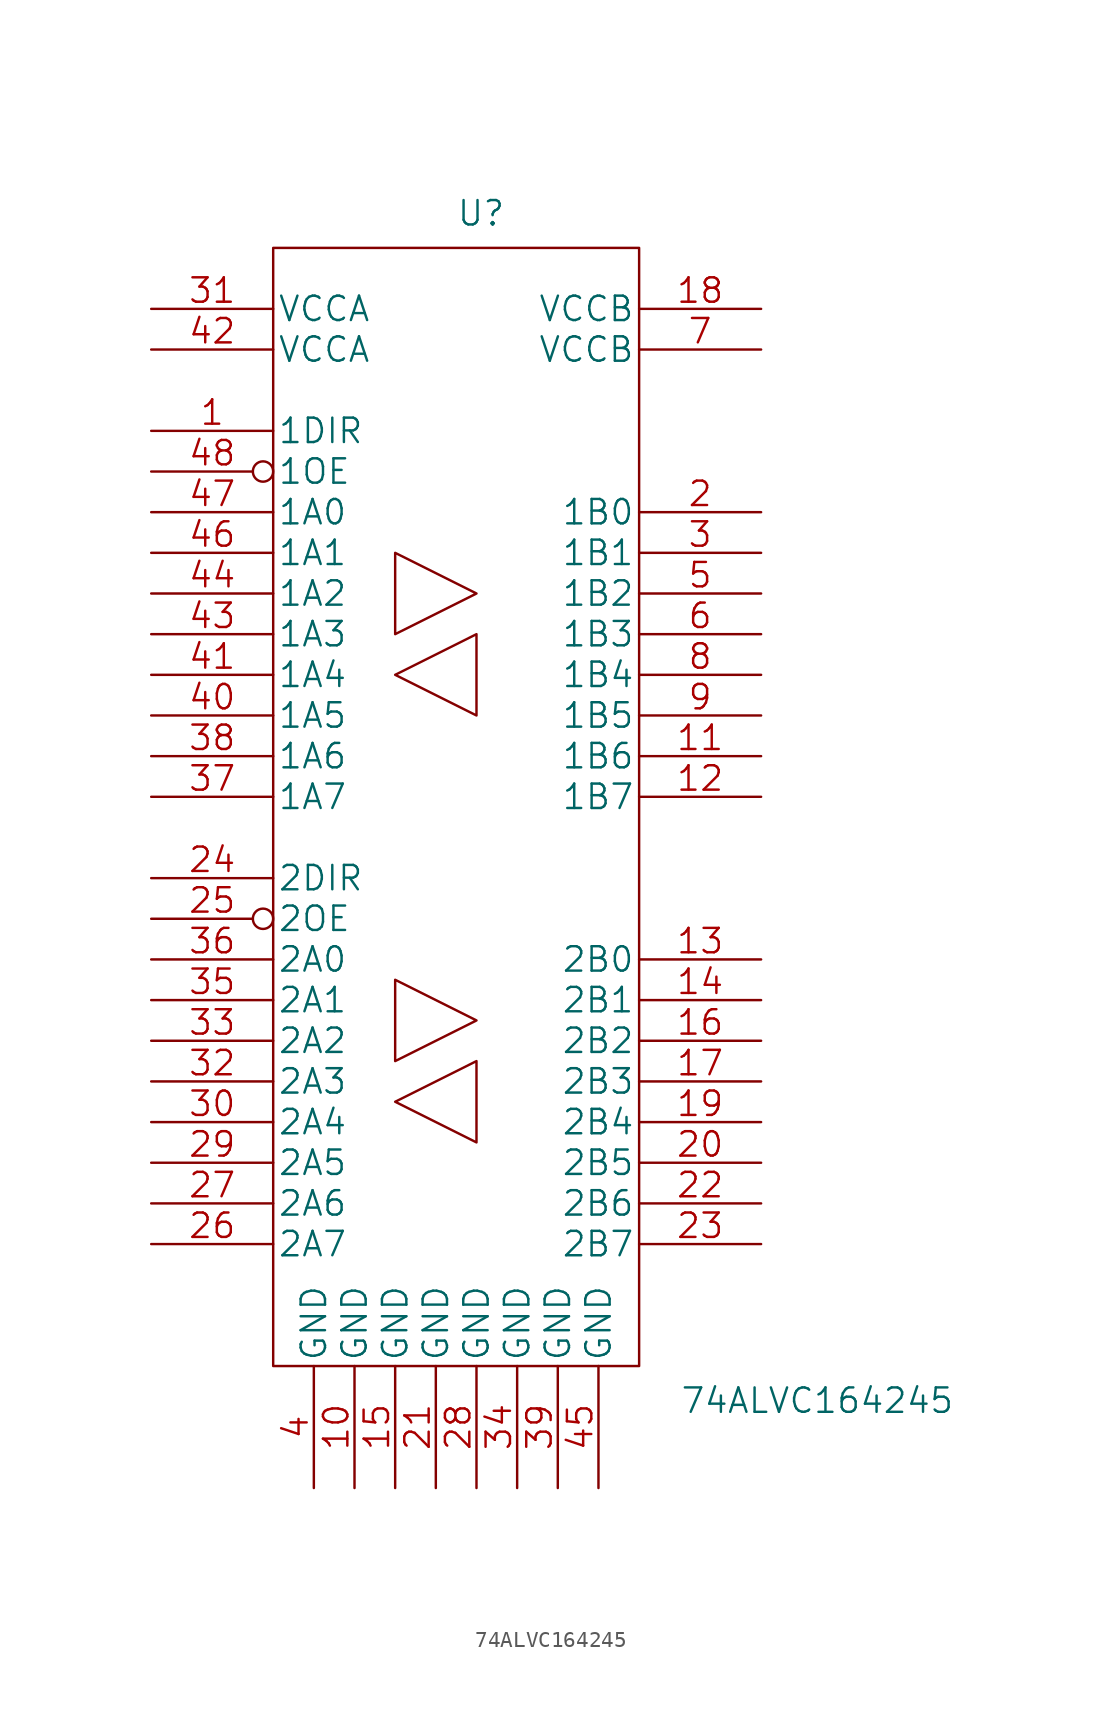
<source format=kicad_sym>
(kicad_symbol_lib
  (version 20211014)
  (generator kicad_symbol_editor)
  (symbol "74ALVC164245"
    (pin_names
      (offset 0.254))
    (property "Reference" "U"
      (at 1.27 20.32 0)
      (effects (font (size 1.524 1.524)) (justify left bottom)))
    (property "Value" "74ALVC164245"
      (at 15.24 -52.07 0)
      (effects (font (size 1.524 1.524)) (justify left top)))
    (property "Footprint" ""
      (at 0 -8.89 0)
      (effects (font (size 1.524 1.524))))
    (property "Datasheet" ""
      (at 0 -8.89 0)
      (effects (font (size 1.524 1.524))))
    (symbol "74ALVC164245_0_0"
      (pin input line (at -17.78 7.62 0) (length 7.62) (name "1DIR" (effects (font (size 1.524 1.524)))) (number "1" (effects (font (size 1.524 1.524)))))
      (pin power_in line (at 20.32 15.24 180) (length 7.62) (name "VCCB" (effects (font (size 1.524 1.524)))) (number "18" (effects (font (size 1.524 1.524)))))
      (pin input line (at -17.78 -20.32 0) (length 7.62) (name "2DIR" (effects (font (size 1.524 1.524)))) (number "24" (effects (font (size 1.524 1.524)))))
      (pin input inverted (at -17.78 -22.86 0) (length 7.62) (name "2OE" (effects (font (size 1.524 1.524)))) (number "25" (effects (font (size 1.524 1.524)))))
      (pin power_in line (at -17.78 15.24 0) (length 7.62) (name "VCCA" (effects (font (size 1.524 1.524)))) (number "31" (effects (font (size 1.524 1.524)))))
      (pin power_in line (at -17.78 12.7 0) (length 7.62) (name "VCCA" (effects (font (size 1.524 1.524)))) (number "42" (effects (font (size 1.524 1.524)))))
      (pin input inverted (at -17.78 5.08 0) (length 7.62) (name "1OE" (effects (font (size 1.524 1.524)))) (number "48" (effects (font (size 1.524 1.524)))))
      (pin power_in line (at 20.32 12.7 180) (length 7.62) (name "VCCB" (effects (font (size 1.524 1.524)))) (number "7" (effects (font (size 1.524 1.524))))))
    (symbol "74ALVC164245_0_1"
      (rectangle (start -10.16 19.05) (end 12.7 -50.8) (stroke (width 0) (type default) (color 0 0 0 0)) (fill (type none)))
      (polyline (pts (xy -2.54 -34.29) (xy 2.54 -31.75) (xy 2.54 -36.83) (xy -2.54 -34.29)) (stroke (width 0) (type default) (color 0 0 0 0)) (fill (type none)))
      (polyline (pts (xy -2.54 -26.67) (xy -2.54 -31.75) (xy 2.54 -29.21) (xy -2.54 -26.67)) (stroke (width 0) (type default) (color 0 0 0 0)) (fill (type none)))
      (polyline (pts (xy -2.54 -7.62) (xy 2.54 -5.08) (xy 2.54 -10.16) (xy -2.54 -7.62)) (stroke (width 0) (type default) (color 0 0 0 0)) (fill (type none)))
      (polyline (pts (xy -2.54 0) (xy -2.54 -5.08) (xy 2.54 -2.54) (xy -2.54 0)) (stroke (width 0) (type default) (color 0 0 0 0)) (fill (type none))))
    (symbol "74ALVC164245_1_1"
      (pin power_in line (at -5.08 -58.42 90) (length 7.62) (name "GND" (effects (font (size 1.524 1.524)))) (number "10" (effects (font (size 1.524 1.524)))))
      (pin tri_state line (at 20.32 -12.7 180) (length 7.62) (name "1B6" (effects (font (size 1.524 1.524)))) (number "11" (effects (font (size 1.524 1.524)))))
      (pin tri_state line (at 20.32 -15.24 180) (length 7.62) (name "1B7" (effects (font (size 1.524 1.524)))) (number "12" (effects (font (size 1.524 1.524)))))
      (pin tri_state line (at 20.32 -25.4 180) (length 7.62) (name "2B0" (effects (font (size 1.524 1.524)))) (number "13" (effects (font (size 1.524 1.524)))))
      (pin tri_state line (at 20.32 -27.94 180) (length 7.62) (name "2B1" (effects (font (size 1.524 1.524)))) (number "14" (effects (font (size 1.524 1.524)))))
      (pin power_in line (at -2.54 -58.42 90) (length 7.62) (name "GND" (effects (font (size 1.524 1.524)))) (number "15" (effects (font (size 1.524 1.524)))))
      (pin tri_state line (at 20.32 -30.48 180) (length 7.62) (name "2B2" (effects (font (size 1.524 1.524)))) (number "16" (effects (font (size 1.524 1.524)))))
      (pin tri_state line (at 20.32 -33.02 180) (length 7.62) (name "2B3" (effects (font (size 1.524 1.524)))) (number "17" (effects (font (size 1.524 1.524)))))
      (pin tri_state line (at 20.32 -35.56 180) (length 7.62) (name "2B4" (effects (font (size 1.524 1.524)))) (number "19" (effects (font (size 1.524 1.524)))))
      (pin tri_state line (at 20.32 2.54 180) (length 7.62) (name "1B0" (effects (font (size 1.524 1.524)))) (number "2" (effects (font (size 1.524 1.524)))))
      (pin tri_state line (at 20.32 -38.1 180) (length 7.62) (name "2B5" (effects (font (size 1.524 1.524)))) (number "20" (effects (font (size 1.524 1.524)))))
      (pin power_in line (at 0 -58.42 90) (length 7.62) (name "GND" (effects (font (size 1.524 1.524)))) (number "21" (effects (font (size 1.524 1.524)))))
      (pin tri_state line (at 20.32 -40.64 180) (length 7.62) (name "2B6" (effects (font (size 1.524 1.524)))) (number "22" (effects (font (size 1.524 1.524)))))
      (pin tri_state line (at 20.32 -43.18 180) (length 7.62) (name "2B7" (effects (font (size 1.524 1.524)))) (number "23" (effects (font (size 1.524 1.524)))))
      (pin tri_state line (at -17.78 -43.18 0) (length 7.62) (name "2A7" (effects (font (size 1.524 1.524)))) (number "26" (effects (font (size 1.524 1.524)))))
      (pin tri_state line (at -17.78 -40.64 0) (length 7.62) (name "2A6" (effects (font (size 1.524 1.524)))) (number "27" (effects (font (size 1.524 1.524)))))
      (pin power_in line (at 2.54 -58.42 90) (length 7.62) (name "GND" (effects (font (size 1.524 1.524)))) (number "28" (effects (font (size 1.524 1.524)))))
      (pin tri_state line (at -17.78 -38.1 0) (length 7.62) (name "2A5" (effects (font (size 1.524 1.524)))) (number "29" (effects (font (size 1.524 1.524)))))
      (pin tri_state line (at 20.32 0 180) (length 7.62) (name "1B1" (effects (font (size 1.524 1.524)))) (number "3" (effects (font (size 1.524 1.524)))))
      (pin tri_state line (at -17.78 -35.56 0) (length 7.62) (name "2A4" (effects (font (size 1.524 1.524)))) (number "30" (effects (font (size 1.524 1.524)))))
      (pin tri_state line (at -17.78 -33.02 0) (length 7.62) (name "2A3" (effects (font (size 1.524 1.524)))) (number "32" (effects (font (size 1.524 1.524)))))
      (pin tri_state line (at -17.78 -30.48 0) (length 7.62) (name "2A2" (effects (font (size 1.524 1.524)))) (number "33" (effects (font (size 1.524 1.524)))))
      (pin power_in line (at 5.08 -58.42 90) (length 7.62) (name "GND" (effects (font (size 1.524 1.524)))) (number "34" (effects (font (size 1.524 1.524)))))
      (pin tri_state line (at -17.78 -27.94 0) (length 7.62) (name "2A1" (effects (font (size 1.524 1.524)))) (number "35" (effects (font (size 1.524 1.524)))))
      (pin tri_state line (at -17.78 -25.4 0) (length 7.62) (name "2A0" (effects (font (size 1.524 1.524)))) (number "36" (effects (font (size 1.524 1.524)))))
      (pin tri_state line (at -17.78 -15.24 0) (length 7.62) (name "1A7" (effects (font (size 1.524 1.524)))) (number "37" (effects (font (size 1.524 1.524)))))
      (pin tri_state line (at -17.78 -12.7 0) (length 7.62) (name "1A6" (effects (font (size 1.524 1.524)))) (number "38" (effects (font (size 1.524 1.524)))))
      (pin power_in line (at 7.62 -58.42 90) (length 7.62) (name "GND" (effects (font (size 1.524 1.524)))) (number "39" (effects (font (size 1.524 1.524)))))
      (pin power_in line (at -7.62 -58.42 90) (length 7.62) (name "GND" (effects (font (size 1.524 1.524)))) (number "4" (effects (font (size 1.524 1.524)))))
      (pin tri_state line (at -17.78 -10.16 0) (length 7.62) (name "1A5" (effects (font (size 1.524 1.524)))) (number "40" (effects (font (size 1.524 1.524)))))
      (pin tri_state line (at -17.78 -7.62 0) (length 7.62) (name "1A4" (effects (font (size 1.524 1.524)))) (number "41" (effects (font (size 1.524 1.524)))))
      (pin tri_state line (at -17.78 -5.08 0) (length 7.62) (name "1A3" (effects (font (size 1.524 1.524)))) (number "43" (effects (font (size 1.524 1.524)))))
      (pin tri_state line (at -17.78 -2.54 0) (length 7.62) (name "1A2" (effects (font (size 1.524 1.524)))) (number "44" (effects (font (size 1.524 1.524)))))
      (pin power_in line (at 10.16 -58.42 90) (length 7.62) (name "GND" (effects (font (size 1.524 1.524)))) (number "45" (effects (font (size 1.524 1.524)))))
      (pin tri_state line (at -17.78 0 0) (length 7.62) (name "1A1" (effects (font (size 1.524 1.524)))) (number "46" (effects (font (size 1.524 1.524)))))
      (pin tri_state line (at -17.78 2.54 0) (length 7.62) (name "1A0" (effects (font (size 1.524 1.524)))) (number "47" (effects (font (size 1.524 1.524)))))
      (pin tri_state line (at 20.32 -2.54 180) (length 7.62) (name "1B2" (effects (font (size 1.524 1.524)))) (number "5" (effects (font (size 1.524 1.524)))))
      (pin tri_state line (at 20.32 -5.08 180) (length 7.62) (name "1B3" (effects (font (size 1.524 1.524)))) (number "6" (effects (font (size 1.524 1.524)))))
      (pin tri_state line (at 20.32 -7.62 180) (length 7.62) (name "1B4" (effects (font (size 1.524 1.524)))) (number "8" (effects (font (size 1.524 1.524)))))
      (pin tri_state line (at 20.32 -10.16 180) (length 7.62) (name "1B5" (effects (font (size 1.524 1.524)))) (number "9" (effects (font (size 1.524 1.524))))))))
</source>
